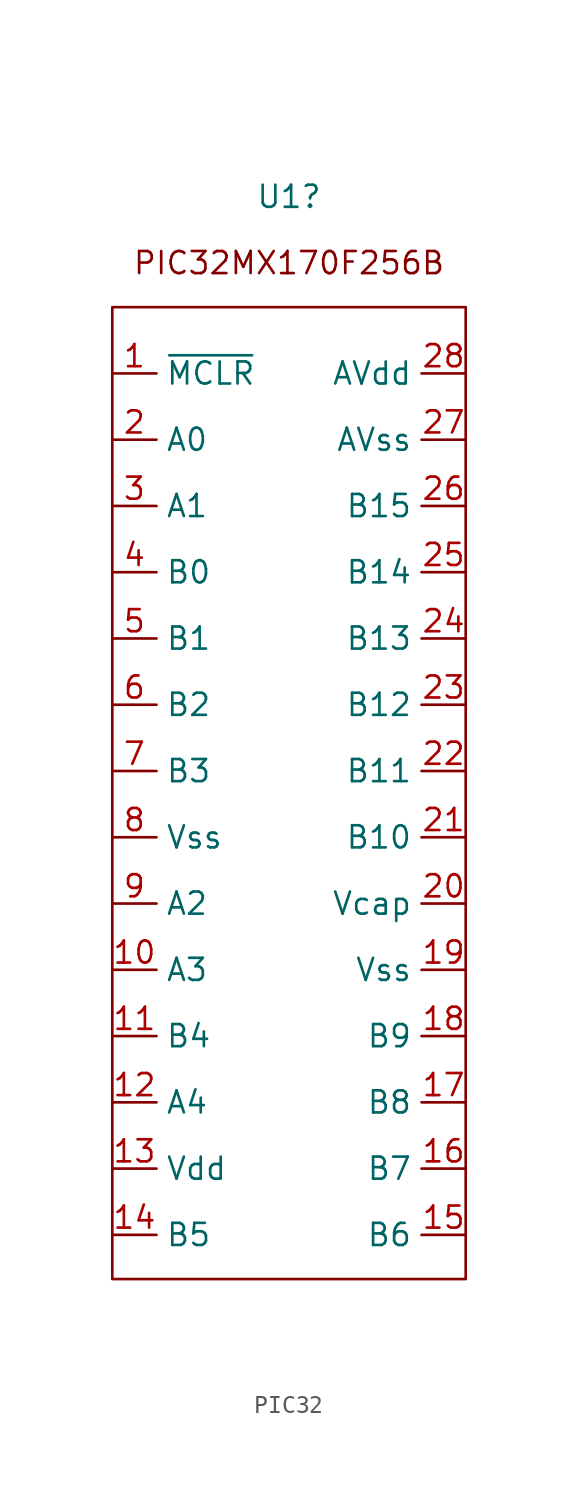
<source format=kicad_sym>
(kicad_symbol_lib
  (version 20220914)
  (generator kicad_symbol_editor)
  (symbol "PIC32"
    (property "Reference" "U1"
      (at 0 35.56 0)
      (effects (font (size 1.27 1.27))))
    (property "Value" ""
      (at 0 16.51 0)
      (effects (font (size 1.27 1.27))))
    (symbol "PIC32_0_1"
      (rectangle (start -10.16 29.21) (end 10.16 -26.67) (stroke (width 0) (type default)) (fill (type none))))
    (symbol "PIC32_1_1"
      (text "PIC32MX170F256B\n" (at 0 31.75 0) (effects (font (size 1.27 1.27))))
      (pin input line (at -10.16 25.4 0) (length 2.54) (name "~{MCLR}" (effects (font (size 1.27 1.27)))) (number "1" (effects (font (size 1.27 1.27)))))
      (pin input line (at -10.16 -8.89 0) (length 2.54) (name "A3" (effects (font (size 1.27 1.27)))) (number "10" (effects (font (size 1.27 1.27)))))
      (pin input line (at -10.16 -12.7 0) (length 2.54) (name "B4" (effects (font (size 1.27 1.27)))) (number "11" (effects (font (size 1.27 1.27)))))
      (pin input line (at -10.16 -16.51 0) (length 2.54) (name "A4" (effects (font (size 1.27 1.27)))) (number "12" (effects (font (size 1.27 1.27)))))
      (pin input line (at -10.16 -20.32 0) (length 2.54) (name "Vdd" (effects (font (size 1.27 1.27)))) (number "13" (effects (font (size 1.27 1.27)))))
      (pin input line (at -10.16 -24.13 0) (length 2.54) (name "B5" (effects (font (size 1.27 1.27)))) (number "14" (effects (font (size 1.27 1.27)))))
      (pin input line (at 10.16 -24.13 180) (length 2.54) (name "B6" (effects (font (size 1.27 1.27)))) (number "15" (effects (font (size 1.27 1.27)))))
      (pin input line (at 10.16 -20.32 180) (length 2.54) (name "B7" (effects (font (size 1.27 1.27)))) (number "16" (effects (font (size 1.27 1.27)))))
      (pin input line (at 10.16 -16.51 180) (length 2.54) (name "B8" (effects (font (size 1.27 1.27)))) (number "17" (effects (font (size 1.27 1.27)))))
      (pin input line (at 10.16 -12.7 180) (length 2.54) (name "B9" (effects (font (size 1.27 1.27)))) (number "18" (effects (font (size 1.27 1.27)))))
      (pin unspecified line (at 10.16 -8.89 180) (length 2.54) (name "Vss" (effects (font (size 1.27 1.27)))) (number "19" (effects (font (size 1.27 1.27)))))
      (pin input line (at -10.16 21.59 0) (length 2.54) (name "A0" (effects (font (size 1.27 1.27)))) (number "2" (effects (font (size 1.27 1.27)))))
      (pin unspecified line (at 10.16 -5.08 180) (length 2.54) (name "Vcap" (effects (font (size 1.27 1.27)))) (number "20" (effects (font (size 1.27 1.27)))))
      (pin input line (at 10.16 -1.27 180) (length 2.54) (name "B10" (effects (font (size 1.27 1.27)))) (number "21" (effects (font (size 1.27 1.27)))))
      (pin input line (at 10.16 2.54 180) (length 2.54) (name "B11" (effects (font (size 1.27 1.27)))) (number "22" (effects (font (size 1.27 1.27)))))
      (pin input line (at 10.16 6.35 180) (length 2.54) (name "B12" (effects (font (size 1.27 1.27)))) (number "23" (effects (font (size 1.27 1.27)))))
      (pin input line (at 10.16 10.16 180) (length 2.54) (name "B13" (effects (font (size 1.27 1.27)))) (number "24" (effects (font (size 1.27 1.27)))))
      (pin input line (at 10.16 13.97 180) (length 2.54) (name "B14" (effects (font (size 1.27 1.27)))) (number "25" (effects (font (size 1.27 1.27)))))
      (pin input line (at 10.16 17.78 180) (length 2.54) (name "B15" (effects (font (size 1.27 1.27)))) (number "26" (effects (font (size 1.27 1.27)))))
      (pin input line (at 10.16 21.59 180) (length 2.54) (name "AVss" (effects (font (size 1.27 1.27)))) (number "27" (effects (font (size 1.27 1.27)))))
      (pin input line (at 10.16 25.4 180) (length 2.54) (name "AVdd" (effects (font (size 1.27 1.27)))) (number "28" (effects (font (size 1.27 1.27)))))
      (pin input line (at -10.16 17.78 0) (length 2.54) (name "A1" (effects (font (size 1.27 1.27)))) (number "3" (effects (font (size 1.27 1.27)))))
      (pin input line (at -10.16 13.97 0) (length 2.54) (name "B0" (effects (font (size 1.27 1.27)))) (number "4" (effects (font (size 1.27 1.27)))))
      (pin input line (at -10.16 10.16 0) (length 2.54) (name "B1" (effects (font (size 1.27 1.27)))) (number "5" (effects (font (size 1.27 1.27)))))
      (pin input line (at -10.16 6.35 0) (length 2.54) (name "B2" (effects (font (size 1.27 1.27)))) (number "6" (effects (font (size 1.27 1.27)))))
      (pin input line (at -10.16 2.54 0) (length 2.54) (name "B3" (effects (font (size 1.27 1.27)))) (number "7" (effects (font (size 1.27 1.27)))))
      (pin input line (at -10.16 -1.27 0) (length 2.54) (name "Vss" (effects (font (size 1.27 1.27)))) (number "8" (effects (font (size 1.27 1.27)))))
      (pin input line (at -10.16 -5.08 0) (length 2.54) (name "A2" (effects (font (size 1.27 1.27)))) (number "9" (effects (font (size 1.27 1.27))))))))
</source>
